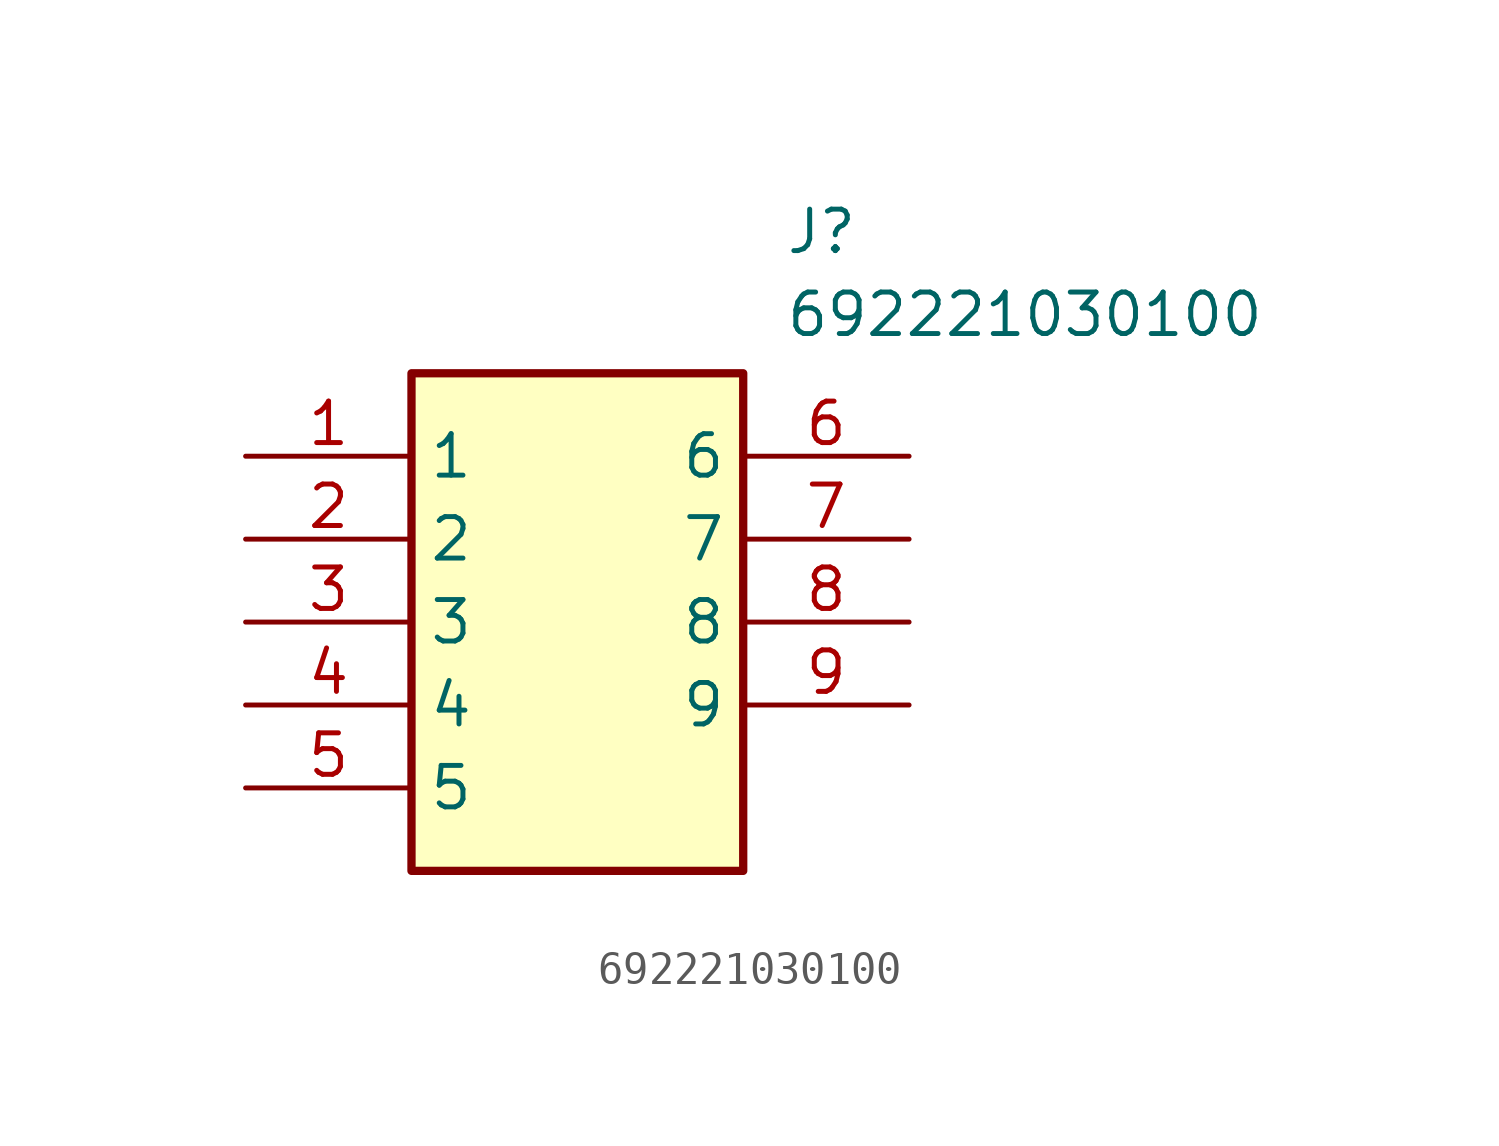
<source format=kicad_sym>
(kicad_symbol_lib
  (version 20211014)
  (generator SamacSys_ECAD_Model)
  (symbol "692221030100"
    (property "Reference" "J"
      (at 16.51 7.62 0)
      (effects (font (size 1.27 1.27)) (justify left top)))
    (property "Value" "692221030100"
      (at 16.51 5.08 0)
      (effects (font (size 1.27 1.27)) (justify left top)))
    (rectangle
      (start 5.08 2.54)
      (end 15.24 -12.7)
      (stroke (width 0.254) (type default))
      (fill (type background)))
    (pin passive line
      (at 0 0 0)
      (length 5.08)
      (name "1" (effects (font (size 1.27 1.27))))
      (number "1" (effects (font (size 1.27 1.27)))))
    (pin passive line
      (at 0 -2.54 0)
      (length 5.08)
      (name "2" (effects (font (size 1.27 1.27))))
      (number "2" (effects (font (size 1.27 1.27)))))
    (pin passive line
      (at 0 -5.08 0)
      (length 5.08)
      (name "3" (effects (font (size 1.27 1.27))))
      (number "3" (effects (font (size 1.27 1.27)))))
    (pin passive line
      (at 0 -7.62 0)
      (length 5.08)
      (name "4" (effects (font (size 1.27 1.27))))
      (number "4" (effects (font (size 1.27 1.27)))))
    (pin passive line
      (at 0 -10.16 0)
      (length 5.08)
      (name "5" (effects (font (size 1.27 1.27))))
      (number "5" (effects (font (size 1.27 1.27)))))
    (pin passive line
      (at 20.32 0 180)
      (length 5.08)
      (name "6" (effects (font (size 1.27 1.27))))
      (number "6" (effects (font (size 1.27 1.27)))))
    (pin passive line
      (at 20.32 -2.54 180)
      (length 5.08)
      (name "7" (effects (font (size 1.27 1.27))))
      (number "7" (effects (font (size 1.27 1.27)))))
    (pin passive line
      (at 20.32 -5.08 180)
      (length 5.08)
      (name "8" (effects (font (size 1.27 1.27))))
      (number "8" (effects (font (size 1.27 1.27)))))
    (pin passive line
      (at 20.32 -7.62 180)
      (length 5.08)
      (name "9" (effects (font (size 1.27 1.27))))
      (number "9" (effects (font (size 1.27 1.27)))))))
</source>
